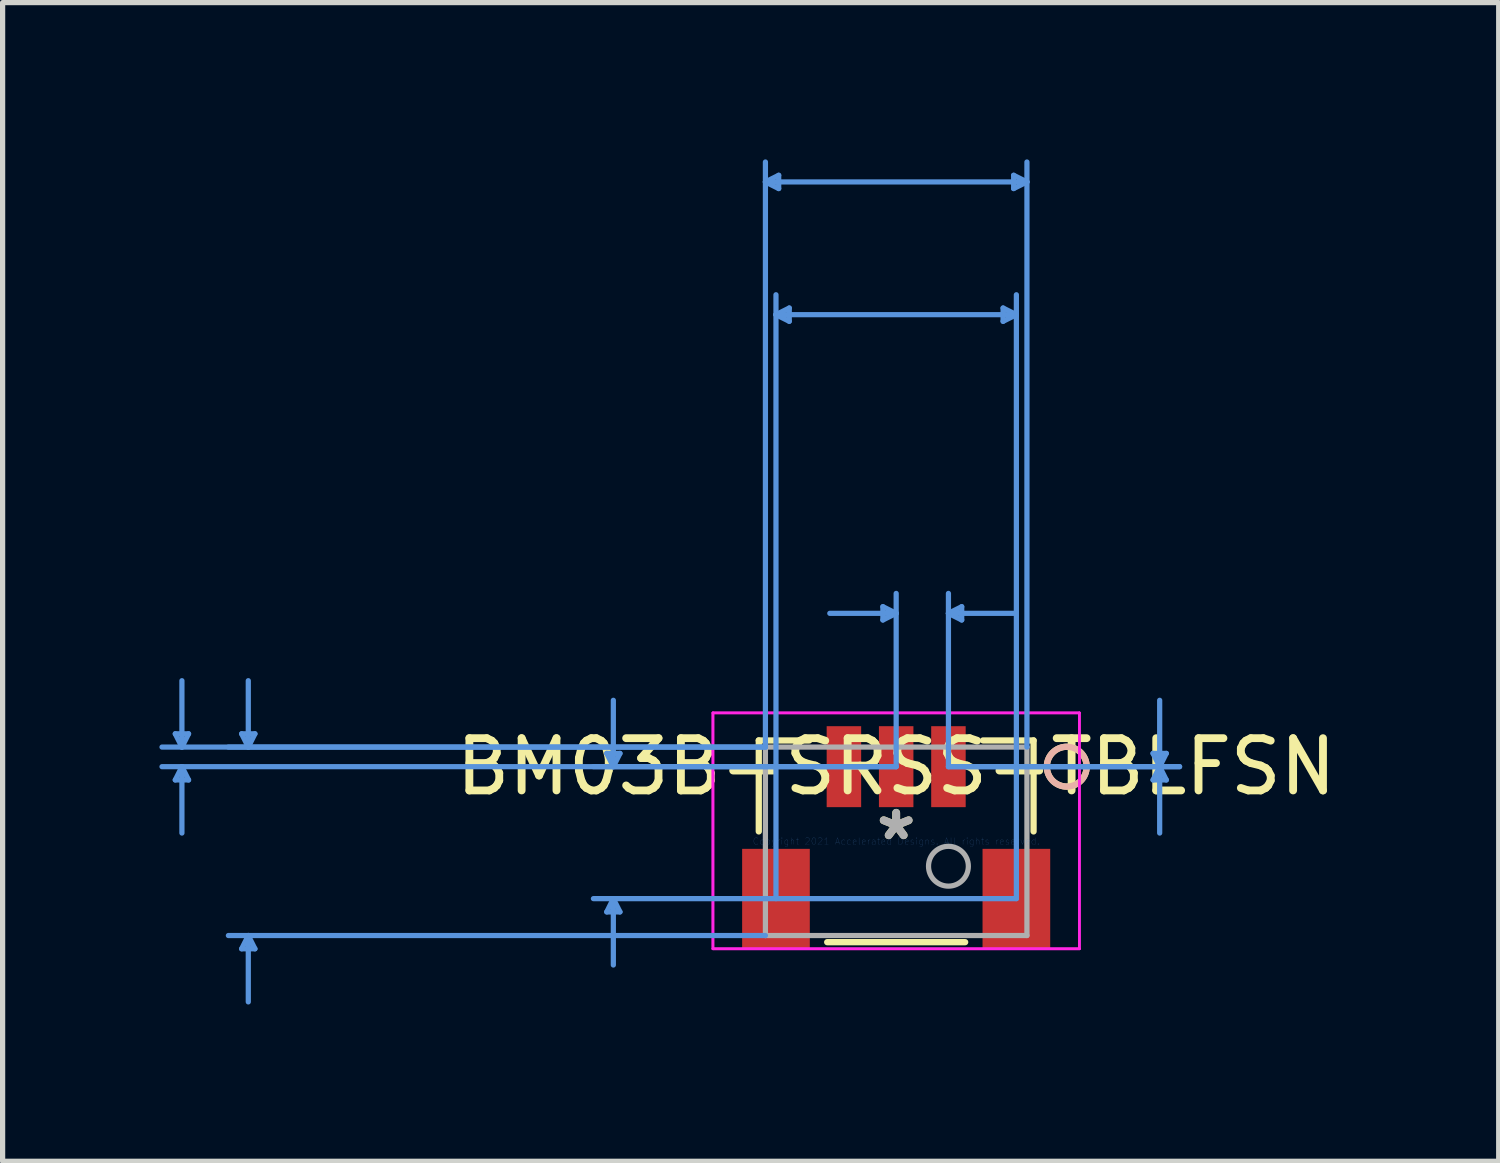
<source format=kicad_pcb>
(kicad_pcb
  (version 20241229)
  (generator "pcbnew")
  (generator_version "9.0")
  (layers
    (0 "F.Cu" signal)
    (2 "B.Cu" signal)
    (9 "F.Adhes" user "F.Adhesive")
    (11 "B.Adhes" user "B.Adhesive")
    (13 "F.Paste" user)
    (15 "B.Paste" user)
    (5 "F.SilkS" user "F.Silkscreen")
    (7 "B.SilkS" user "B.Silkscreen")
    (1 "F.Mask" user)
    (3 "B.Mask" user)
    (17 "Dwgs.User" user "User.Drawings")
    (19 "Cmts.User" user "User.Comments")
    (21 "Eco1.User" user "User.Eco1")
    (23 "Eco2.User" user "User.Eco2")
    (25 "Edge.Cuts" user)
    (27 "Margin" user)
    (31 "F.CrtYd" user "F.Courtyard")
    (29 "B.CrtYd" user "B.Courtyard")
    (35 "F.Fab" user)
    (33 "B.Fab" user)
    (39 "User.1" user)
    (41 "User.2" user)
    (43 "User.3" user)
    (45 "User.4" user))
  (footprint "BM03B-SRSS-TBLFSN"
    (layer "F.Cu")
    (at 14.098 13.048)
    (property "Reference" "BM03B-SRSS-TBLFSN" (at 0 -1.428 0) (layer "F.SilkS") (effects (font (size 1 1) (thickness 0.15))))
    (attr through_hole)
    (fp_line (start -2.629 -1.93) (end -2.629 -0.189) (stroke (width 0.12) (type solid)) (layer "F.SilkS"))
    (fp_line (start -1.663 -1.93) (end -2.629 -1.93) (stroke (width 0.12) (type solid)) (layer "F.SilkS"))
    (fp_line (start -1.32 1.93) (end 1.32 1.93) (stroke (width 0.12) (type solid)) (layer "F.SilkS"))
    (fp_line (start 2.629 -1.93) (end 1.663 -1.93) (stroke (width 0.12) (type solid)) (layer "F.SilkS"))
    (fp_line (start 2.629 -0.189) (end 2.629 -1.93) (stroke (width 0.12) (type solid)) (layer "F.SilkS"))
    (fp_circle (center 3.264 -1.428) (end 3.645 -1.428) (stroke (width 0.12) (type solid)) (fill no) (layer "F.SilkS"))
    (fp_circle (center 3.264 -1.428) (end 3.645 -1.428) (stroke (width 0.12) (type solid)) (fill no) (layer "B.SilkS"))
    (fp_line (start -13.794 -2.057) (end -13.54 -2.057) (stroke (width 0.1) (type solid)) (layer "Cmts.User"))
    (fp_line (start -13.794 -1.174) (end -13.54 -1.174) (stroke (width 0.1) (type solid)) (layer "Cmts.User"))
    (fp_line (start -13.667 -1.803) (end -13.794 -2.057) (stroke (width 0.1) (type solid)) (layer "Cmts.User"))
    (fp_line (start -13.667 -1.803) (end -13.667 -3.073) (stroke (width 0.1) (type solid)) (layer "Cmts.User"))
    (fp_line (start -13.667 -1.803) (end -13.54 -2.057) (stroke (width 0.1) (type solid)) (layer "Cmts.User"))
    (fp_line (start -13.667 -1.428) (end -13.794 -1.174) (stroke (width 0.1) (type solid)) (layer "Cmts.User"))
    (fp_line (start -13.667 -1.428) (end -13.667 -0.158) (stroke (width 0.1) (type solid)) (layer "Cmts.User"))
    (fp_line (start -13.667 -1.428) (end -13.54 -1.174) (stroke (width 0.1) (type solid)) (layer "Cmts.User"))
    (fp_line (start -12.524 -2.057) (end -12.27 -2.057) (stroke (width 0.1) (type solid)) (layer "Cmts.User"))
    (fp_line (start -12.524 2.057) (end -12.27 2.057) (stroke (width 0.1) (type solid)) (layer "Cmts.User"))
    (fp_line (start -12.397 -1.803) (end -12.524 -2.057) (stroke (width 0.1) (type solid)) (layer "Cmts.User"))
    (fp_line (start -12.397 -1.803) (end -12.397 -3.073) (stroke (width 0.1) (type solid)) (layer "Cmts.User"))
    (fp_line (start -12.397 -1.803) (end -12.27 -2.057) (stroke (width 0.1) (type solid)) (layer "Cmts.User"))
    (fp_line (start -12.397 1.803) (end -12.524 2.057) (stroke (width 0.1) (type solid)) (layer "Cmts.User"))
    (fp_line (start -12.397 1.803) (end -12.397 3.073) (stroke (width 0.1) (type solid)) (layer "Cmts.User"))
    (fp_line (start -12.397 1.803) (end -12.27 2.057) (stroke (width 0.1) (type solid)) (layer "Cmts.User"))
    (fp_line (start -5.538 -1.682) (end -5.285 -1.682) (stroke (width 0.1) (type solid)) (layer "Cmts.User"))
    (fp_line (start -5.538 1.351) (end -5.285 1.351) (stroke (width 0.1) (type solid)) (layer "Cmts.User"))
    (fp_line (start -5.412 -1.428) (end -5.538 -1.682) (stroke (width 0.1) (type solid)) (layer "Cmts.User"))
    (fp_line (start -5.412 -1.428) (end -5.412 -2.698) (stroke (width 0.1) (type solid)) (layer "Cmts.User"))
    (fp_line (start -5.412 -1.428) (end -5.285 -1.682) (stroke (width 0.1) (type solid)) (layer "Cmts.User"))
    (fp_line (start -5.412 1.097) (end -5.538 1.351) (stroke (width 0.1) (type solid)) (layer "Cmts.User"))
    (fp_line (start -5.412 1.097) (end -5.412 2.367) (stroke (width 0.1) (type solid)) (layer "Cmts.User"))
    (fp_line (start -5.412 1.097) (end -5.285 1.351) (stroke (width 0.1) (type solid)) (layer "Cmts.User"))
    (fp_line (start -2.502 -12.617) (end -2.248 -12.744) (stroke (width 0.1) (type solid)) (layer "Cmts.User"))
    (fp_line (start -2.502 -12.617) (end -2.248 -12.49) (stroke (width 0.1) (type solid)) (layer "Cmts.User"))
    (fp_line (start -2.502 -12.617) (end 2.502 -12.617) (stroke (width 0.1) (type solid)) (layer "Cmts.User"))
    (fp_line (start -2.502 -1.803) (end -14.048 -1.803) (stroke (width 0.1) (type solid)) (layer "Cmts.User"))
    (fp_line (start -2.502 -1.803) (end -12.778 -1.803) (stroke (width 0.1) (type solid)) (layer "Cmts.User"))
    (fp_line (start -2.502 -1.803) (end -2.502 -12.998) (stroke (width 0.1) (type solid)) (layer "Cmts.User"))
    (fp_line (start -2.502 1.803) (end -12.778 1.803) (stroke (width 0.1) (type solid)) (layer "Cmts.User"))
    (fp_line (start -2.3 -10.077) (end -2.046 -10.204) (stroke (width 0.1) (type solid)) (layer "Cmts.User"))
    (fp_line (start -2.3 -10.077) (end -2.046 -9.95) (stroke (width 0.1) (type solid)) (layer "Cmts.User"))
    (fp_line (start -2.3 -10.077) (end 2.3 -10.077) (stroke (width 0.1) (type solid)) (layer "Cmts.User"))
    (fp_line (start -2.3 1.097) (end -2.3 -10.458) (stroke (width 0.1) (type solid)) (layer "Cmts.User"))
    (fp_line (start -2.248 -12.744) (end -2.248 -12.49) (stroke (width 0.1) (type solid)) (layer "Cmts.User"))
    (fp_line (start -2.046 -10.204) (end -2.046 -9.95) (stroke (width 0.1) (type solid)) (layer "Cmts.User"))
    (fp_line (start -0.254 -4.489) (end -0.254 -4.235) (stroke (width 0.1) (type solid)) (layer "Cmts.User"))
    (fp_line (start 0 -4.362) (end -1.27 -4.362) (stroke (width 0.1) (type solid)) (layer "Cmts.User"))
    (fp_line (start 0 -4.362) (end -0.254 -4.489) (stroke (width 0.1) (type solid)) (layer "Cmts.User"))
    (fp_line (start 0 -4.362) (end -0.254 -4.235) (stroke (width 0.1) (type solid)) (layer "Cmts.User"))
    (fp_line (start 0 -1.428) (end -14.048 -1.428) (stroke (width 0.1) (type solid)) (layer "Cmts.User"))
    (fp_line (start 0 -1.428) (end -5.793 -1.428) (stroke (width 0.1) (type solid)) (layer "Cmts.User"))
    (fp_line (start 0 -1.428) (end 0 -4.743) (stroke (width 0.1) (type solid)) (layer "Cmts.User"))
    (fp_line (start 1 -4.362) (end 1.254 -4.489) (stroke (width 0.1) (type solid)) (layer "Cmts.User"))
    (fp_line (start 1 -4.362) (end 1.254 -4.235) (stroke (width 0.1) (type solid)) (layer "Cmts.User"))
    (fp_line (start 1 -4.362) (end 2.27 -4.362) (stroke (width 0.1) (type solid)) (layer "Cmts.User"))
    (fp_line (start 1 -1.428) (end 1 -4.743) (stroke (width 0.1) (type solid)) (layer "Cmts.User"))
    (fp_line (start 1 -1.428) (end 5.423 -1.428) (stroke (width 0.1) (type solid)) (layer "Cmts.User"))
    (fp_line (start 1 -1.428) (end 5.423 -1.428) (stroke (width 0.1) (type solid)) (layer "Cmts.User"))
    (fp_line (start 1.254 -4.489) (end 1.254 -4.235) (stroke (width 0.1) (type solid)) (layer "Cmts.User"))
    (fp_line (start 2.046 -10.204) (end 2.046 -9.95) (stroke (width 0.1) (type solid)) (layer "Cmts.User"))
    (fp_line (start 2.248 -12.744) (end 2.248 -12.49) (stroke (width 0.1) (type solid)) (layer "Cmts.User"))
    (fp_line (start 2.3 -10.077) (end 2.046 -10.204) (stroke (width 0.1) (type solid)) (layer "Cmts.User"))
    (fp_line (start 2.3 -10.077) (end 2.046 -9.95) (stroke (width 0.1) (type solid)) (layer "Cmts.User"))
    (fp_line (start 2.3 1.097) (end -5.793 1.097) (stroke (width 0.1) (type solid)) (layer "Cmts.User"))
    (fp_line (start 2.3 1.097) (end 2.3 -10.458) (stroke (width 0.1) (type solid)) (layer "Cmts.User"))
    (fp_line (start 2.502 -12.617) (end 2.248 -12.744) (stroke (width 0.1) (type solid)) (layer "Cmts.User"))
    (fp_line (start 2.502 -12.617) (end 2.248 -12.49) (stroke (width 0.1) (type solid)) (layer "Cmts.User"))
    (fp_line (start 2.502 -1.803) (end 2.502 -12.998) (stroke (width 0.1) (type solid)) (layer "Cmts.User"))
    (fp_line (start 4.915 -1.682) (end 5.169 -1.682) (stroke (width 0.1) (type solid)) (layer "Cmts.User"))
    (fp_line (start 4.915 -1.174) (end 5.169 -1.174) (stroke (width 0.1) (type solid)) (layer "Cmts.User"))
    (fp_line (start 5.042 -1.428) (end 4.915 -1.682) (stroke (width 0.1) (type solid)) (layer "Cmts.User"))
    (fp_line (start 5.042 -1.428) (end 4.915 -1.174) (stroke (width 0.1) (type solid)) (layer "Cmts.User"))
    (fp_line (start 5.042 -1.428) (end 5.042 -2.698) (stroke (width 0.1) (type solid)) (layer "Cmts.User"))
    (fp_line (start 5.042 -1.428) (end 5.042 -0.158) (stroke (width 0.1) (type solid)) (layer "Cmts.User"))
    (fp_line (start 5.042 -1.428) (end 5.169 -1.682) (stroke (width 0.1) (type solid)) (layer "Cmts.User"))
    (fp_line (start 5.042 -1.428) (end 5.169 -1.174) (stroke (width 0.1) (type solid)) (layer "Cmts.User"))
    (fp_line (start -3.506 -2.457) (end -3.506 2.057) (stroke (width 0.05) (type solid)) (layer "F.CrtYd"))
    (fp_line (start -3.506 -2.457) (end -3.506 2.057) (stroke (width 0.05) (type solid)) (layer "F.CrtYd"))
    (fp_line (start -3.506 2.057) (end 3.506 2.057) (stroke (width 0.05) (type solid)) (layer "F.CrtYd"))
    (fp_line (start -3.506 2.057) (end 3.506 2.057) (stroke (width 0.05) (type solid)) (layer "F.CrtYd"))
    (fp_line (start 3.506 -2.457) (end -3.506 -2.457) (stroke (width 0.05) (type solid)) (layer "F.CrtYd"))
    (fp_line (start 3.506 -2.457) (end -3.506 -2.457) (stroke (width 0.05) (type solid)) (layer "F.CrtYd"))
    (fp_line (start 3.506 2.057) (end 3.506 -2.457) (stroke (width 0.05) (type solid)) (layer "F.CrtYd"))
    (fp_line (start 3.506 2.057) (end 3.506 -2.457) (stroke (width 0.05) (type solid)) (layer "F.CrtYd"))
    (fp_line (start -2.502 -1.803) (end -2.502 1.803) (stroke (width 0.1) (type solid)) (layer "F.Fab"))
    (fp_line (start -2.502 1.803) (end 2.502 1.803) (stroke (width 0.1) (type solid)) (layer "F.Fab"))
    (fp_line (start 2.502 -1.803) (end -2.502 -1.803) (stroke (width 0.1) (type solid)) (layer "F.Fab"))
    (fp_line (start 2.502 1.803) (end 2.502 -1.803) (stroke (width 0.1) (type solid)) (layer "F.Fab"))
    (fp_circle (center 1 0.477) (end 1.381 0.477) (stroke (width 0.1) (type solid)) (fill no) (layer "F.Fab"))
    (fp_text user "*" (at 0 0 0) (layer "F.SilkS") (effects (font (size 1 1) (thickness 0.15))))
    (fp_text user "Copyright 2021 Accelerated Designs. All rights reserved." (at 0 0 0) (layer "Cmts.User") (effects (font (size 0.127 0.127) (thickness 0.002))))
    (fp_text user "*" (at 0 0 0) (layer "F.Fab") (effects (font (size 1 1) (thickness 0.15))))
    (pad "1" smd rect (at 1 -1.428) (size 0.66 1.549) (layers "F.Cu" "F.Mask" "F.Paste"))
    (pad "2" smd rect (at 0 -1.428) (size 0.66 1.549) (layers "F.Cu" "F.Mask" "F.Paste"))
    (pad "3" smd rect (at -1 -1.428) (size 0.66 1.549) (layers "F.Cu" "F.Mask" "F.Paste"))
    (pad "4" smd rect (at -2.3 1.097 90) (size 1.905 1.295) (layers "F.Cu" "F.Mask" "F.Paste"))
    (pad "5" smd rect (at 2.3 1.097 90) (size 1.905 1.295) (layers "F.Cu" "F.Mask" "F.Paste")))
  (gr_rect
    (start -3 -3)
    (end 25.627 19.171)
    (stroke (width 0.1) (type default))
    (fill no)
    (layer "Edge.Cuts")))
</source>
